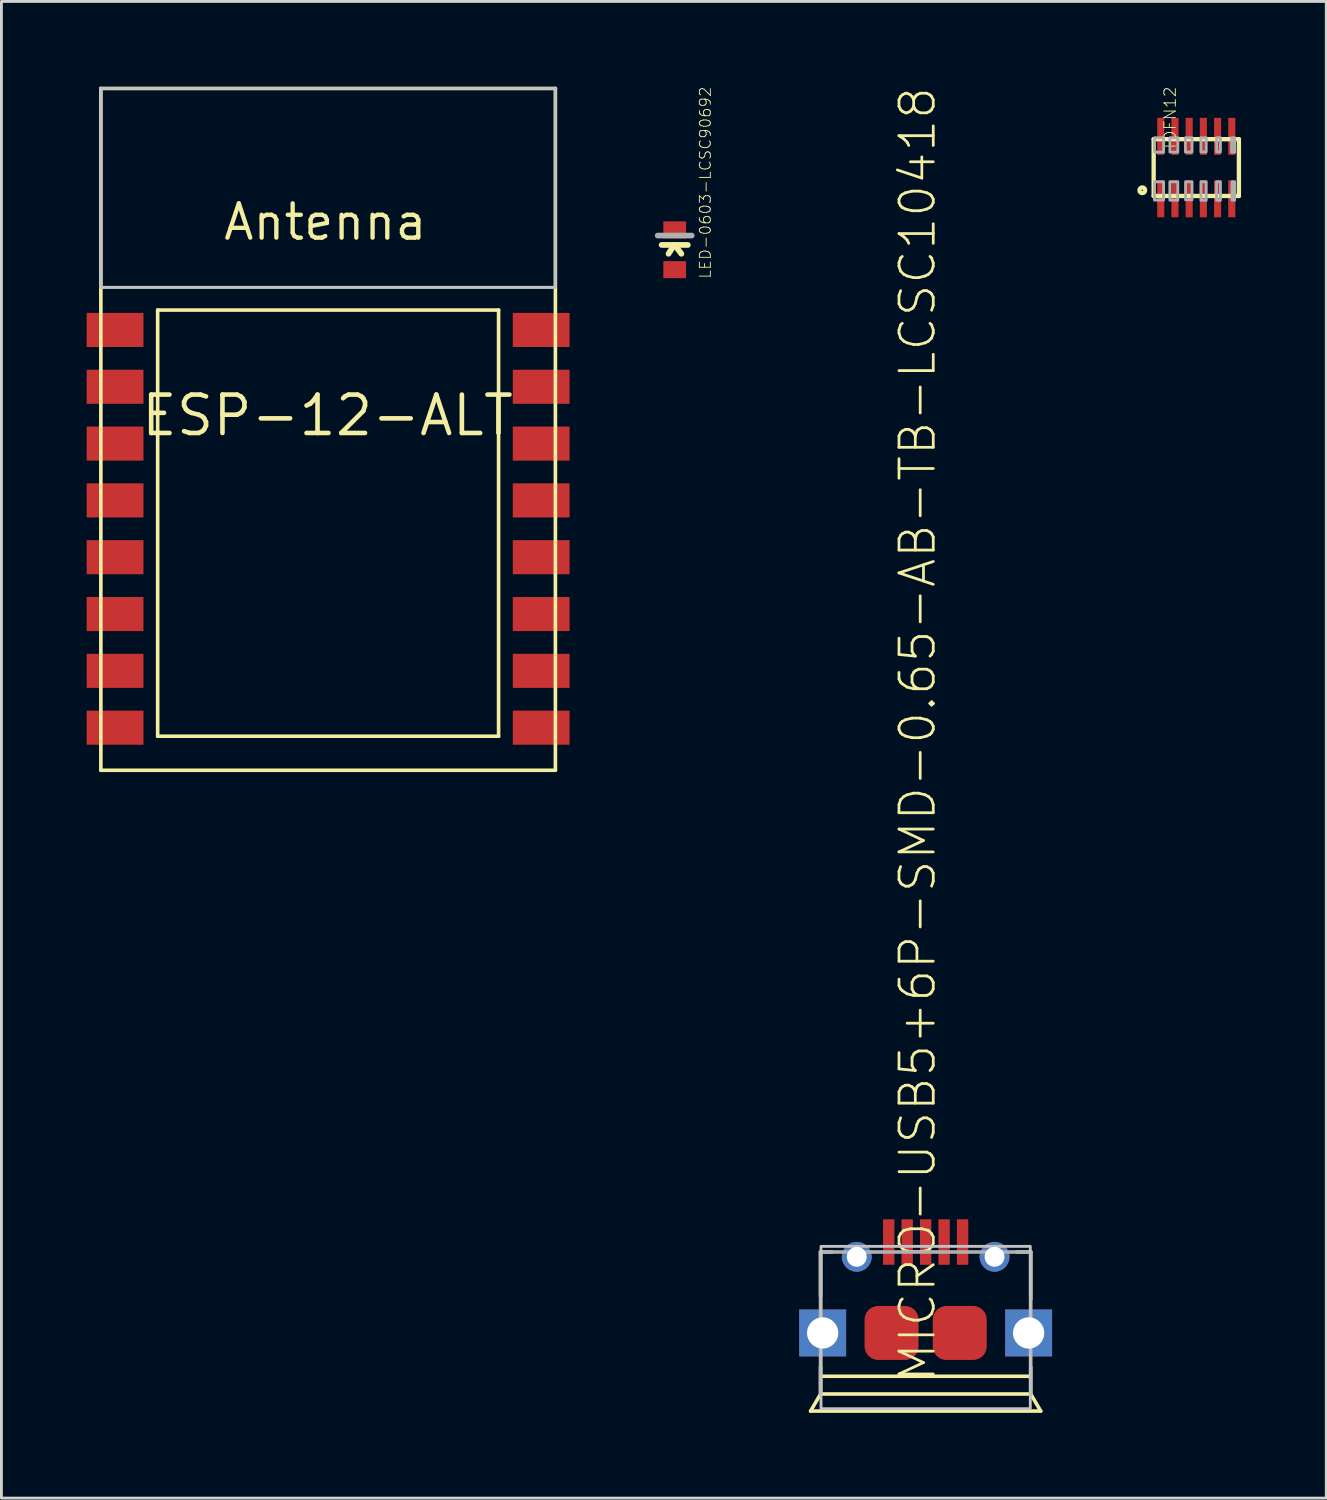
<source format=kicad_pcb>
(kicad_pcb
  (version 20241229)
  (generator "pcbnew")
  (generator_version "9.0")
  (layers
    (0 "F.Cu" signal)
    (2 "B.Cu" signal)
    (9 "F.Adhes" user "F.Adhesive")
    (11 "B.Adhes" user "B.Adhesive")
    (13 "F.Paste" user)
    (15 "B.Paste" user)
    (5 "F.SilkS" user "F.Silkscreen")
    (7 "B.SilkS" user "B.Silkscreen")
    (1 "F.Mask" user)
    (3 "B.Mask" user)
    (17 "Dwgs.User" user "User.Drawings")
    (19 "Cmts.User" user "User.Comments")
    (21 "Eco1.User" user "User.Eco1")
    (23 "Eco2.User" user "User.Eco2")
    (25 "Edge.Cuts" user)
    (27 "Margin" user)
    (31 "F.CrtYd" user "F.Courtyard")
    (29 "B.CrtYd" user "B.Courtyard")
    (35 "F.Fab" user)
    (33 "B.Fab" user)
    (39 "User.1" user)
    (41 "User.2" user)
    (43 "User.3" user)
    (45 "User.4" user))
  (footprint "LED-0603-LCSC90692"
    (layer "F.Cu")
    (at 20.7 5.742)
    (property "Reference" "LED-0603-LCSC90692" (at 1.302 1.039 270) (layer "F.SilkS") (effects (font (size 0.386 0.386) (thickness 0.031)) (justify left bottom)))
    (attr through_hole)
    (fp_line (start -0.46 -0.17) (end 0 -0.17) (stroke (width 0.203) (type solid)) (layer "F.SilkS"))
    (fp_line (start -0.025 -0.155) (end -0.218 0.14) (stroke (width 0.203) (type solid)) (layer "F.SilkS"))
    (fp_line (start 0 -0.17) (end 0.234 0.14) (stroke (width 0.203) (type solid)) (layer "F.SilkS"))
    (fp_line (start 0.46 -0.17) (end 0 -0.17) (stroke (width 0.203) (type solid)) (layer "F.SilkS"))
    (fp_line (start -0.6 -0.5) (end 0.6 -0.5) (stroke (width 0.2) (type solid)) (layer "F.Fab"))
    (pad "A" smd rect (at 0 0.7) (size 0.8 0.6) (layers "F.Cu" "F.Mask" "F.Paste"))
    (pad "C" smd rect (at 0 -0.7) (size 0.8 0.6) (layers "F.Cu" "F.Mask" "F.Paste")))
  (footprint "MICRO-USB5+6P-SMD-0.65-AB-TB-LCSC10418"
    (layer "F.Cu")
    (at 29.533 43.87)
    (property "Reference" "MICRO-USB5+6P-SMD-0.65-AB-TB-LCSC10418" (at 0.42 1.795 90) (layer "F.SilkS") (effects (font (size 1.206 1.206) (thickness 0.097)) (justify left bottom)))
    (attr through_hole)
    (fp_line (start -4.05 2.75) (end -3.7 2.15) (stroke (width 0.127) (type solid)) (layer "F.SilkS"))
    (fp_line (start -3.7 -2.85) (end -3.7 -1.3) (stroke (width 0.127) (type solid)) (layer "F.SilkS"))
    (fp_line (start -3.7 1.2) (end -3.7 2.1) (stroke (width 0.127) (type solid)) (layer "F.SilkS"))
    (fp_line (start -3.7 2.15) (end 3.7 2.15) (stroke (width 0.127) (type solid)) (layer "F.SilkS"))
    (fp_line (start -3.683 1.524) (end 3.683 1.524) (stroke (width 0.127) (type solid)) (layer "F.SilkS"))
    (fp_line (start -3.3 -2.85) (end -3.7 -2.85) (stroke (width 0.127) (type solid)) (layer "F.SilkS"))
    (fp_line (start 3.2 -2.85) (end 3.7 -2.85) (stroke (width 0.127) (type solid)) (layer "F.SilkS"))
    (fp_line (start 3.7 -2.85) (end 3.7 -1.2) (stroke (width 0.127) (type solid)) (layer "F.SilkS"))
    (fp_line (start 3.7 1.2) (end 3.7 2.1) (stroke (width 0.127) (type solid)) (layer "F.SilkS"))
    (fp_line (start 3.7 2.15) (end 4.05 2.75) (stroke (width 0.127) (type solid)) (layer "F.SilkS"))
    (fp_line (start 4.05 2.75) (end -4.05 2.75) (stroke (width 0.127) (type solid)) (layer "F.SilkS"))
    (fp_poly (pts (xy -3.683 2.667) (xy 3.683 2.667) (xy 3.683 -3.048) (xy -3.683 -3.048)) (stroke (width 0.1) (type solid)) (fill no) (layer "Dwgs.User"))
    (fp_line (start -3.7 -2.85) (end 3.7 -2.85) (stroke (width 0.127) (type solid)) (layer "F.Fab"))
    (fp_line (start -3.7 2.15) (end -3.7 -2.85) (stroke (width 0.127) (type solid)) (layer "F.Fab"))
    (fp_line (start 3.7 -2.85) (end 3.7 2.15) (stroke (width 0.127) (type solid)) (layer "F.Fab"))
    (pad "1" smd rect (at -1.3 -3.2 90) (size 1.6 0.4) (layers "F.Cu" "F.Mask" "F.Paste"))
    (pad "2" smd rect (at -0.65 -3.2 90) (size 1.6 0.4) (layers "F.Cu" "F.Mask" "F.Paste"))
    (pad "3" smd rect (at 0 -3.2 90) (size 1.6 0.4) (layers "F.Cu" "F.Mask" "F.Paste"))
    (pad "4" smd rect (at 0.65 -3.2 90) (size 1.6 0.4) (layers "F.Cu" "F.Mask" "F.Paste"))
    (pad "5" smd rect (at 1.3 -3.2 90) (size 1.6 0.4) (layers "F.Cu" "F.Mask" "F.Paste"))
    (pad "P$3" thru_hole rect (at -3.625 0 90) (size 1.65 1.65) (drill 1.1) (layers "*.Cu" "*.Mask"))
    (pad "P$4" thru_hole rect (at 3.625 0 90) (size 1.65 1.65) (drill 1.1) (layers "*.Cu" "*.Mask"))
    (pad "P1" smd roundrect (at -1.2 0 90) (size 1.9 1.9) (layers "F.Cu" "F.Mask" "F.Paste") (roundrect_rratio 0.25))
    (pad "P2" smd roundrect (at 1.2 0 90) (size 1.9 1.9) (layers "F.Cu" "F.Mask" "F.Paste") (roundrect_rratio 0.25))
    (pad "P5" thru_hole circle (at -2.425 -2.68) (size 1.05 1.05) (drill 0.7) (layers "*.Cu" "*.Mask"))
    (pad "P6" thru_hole circle (at 2.425 -2.68) (size 1.05 1.05) (drill 0.7) (layers "*.Cu" "*.Mask")))
  (footprint "TDFN12"
    (layer "F.Cu")
    (at 39.059 2.848)
    (property "Reference" "TDFN12" (at -0.686 -0.582 270) (layer "F.SilkS") (effects (font (size 0.404 0.404) (thickness 0.032)) (justify left bottom)))
    (attr through_hole)
    (fp_line (start -1.5 -1) (end 1.5 -1) (stroke (width 0.152) (type solid)) (layer "F.SilkS"))
    (fp_line (start -1.5 1) (end -1.5 -1) (stroke (width 0.152) (type solid)) (layer "F.SilkS"))
    (fp_line (start 1.5 -1) (end 1.5 1) (stroke (width 0.152) (type solid)) (layer "F.SilkS"))
    (fp_line (start 1.5 1) (end -1.5 1) (stroke (width 0.152) (type solid)) (layer "F.SilkS"))
    (fp_circle (center -1.9 0.8) (end -1.8 0.8) (stroke (width 0.152) (type solid)) (fill no) (layer "F.SilkS"))
    (fp_poly (pts (xy -1.472 1.145) (xy -1.15 1.145) (xy -1.15 0.5) (xy -1.472 0.5)) (stroke (width 0.1) (type solid)) (fill no) (layer "F.Fab"))
    (fp_poly (pts (xy -1.468 -0.544) (xy -1.15 -0.544) (xy -1.15 -1.05) (xy -1.468 -1.05)) (stroke (width 0.1) (type solid)) (fill no) (layer "F.Fab"))
    (fp_poly (pts (xy -0.93 1.149) (xy -0.65 1.149) (xy -0.65 0.5) (xy -0.93 0.5)) (stroke (width 0.1) (type solid)) (fill no) (layer "F.Fab"))
    (fp_poly (pts (xy -0.927 -0.545) (xy -0.65 -0.545) (xy -0.65 -1.05) (xy -0.927 -1.05)) (stroke (width 0.1) (type solid)) (fill no) (layer "F.Fab"))
    (fp_poly (pts (xy -0.383 -0.547) (xy -0.15 -0.547) (xy -0.15 -1.05) (xy -0.383 -1.05)) (stroke (width 0.1) (type solid)) (fill no) (layer "F.Fab"))
    (fp_poly (pts (xy -0.378 1.135) (xy -0.15 1.135) (xy -0.15 0.5) (xy -0.378 0.5)) (stroke (width 0.1) (type solid)) (fill no) (layer "F.Fab"))
    (fp_poly (pts (xy 0.165 1.153) (xy 0.35 1.153) (xy 0.35 0.5) (xy 0.165 0.5)) (stroke (width 0.1) (type solid)) (fill no) (layer "F.Fab"))
    (fp_poly (pts (xy 0.165 -0.55) (xy 0.35 -0.55) (xy 0.35 -1.05) (xy 0.165 -1.05)) (stroke (width 0.1) (type solid)) (fill no) (layer "F.Fab"))
    (fp_poly (pts (xy 0.713 1.152) (xy 0.85 1.152) (xy 0.85 0.5) (xy 0.713 0.5)) (stroke (width 0.1) (type solid)) (fill no) (layer "F.Fab"))
    (fp_poly (pts (xy 0.716 -0.551) (xy 0.85 -0.551) (xy 0.85 -1.05) (xy 0.716 -1.05)) (stroke (width 0.1) (type solid)) (fill no) (layer "F.Fab"))
    (fp_poly (pts (xy 1.245 -0.541) (xy 1.35 -0.541) (xy 1.35 -1.05) (xy 1.245 -1.05)) (stroke (width 0.1) (type solid)) (fill no) (layer "F.Fab"))
    (fp_poly (pts (xy 1.258 1.148) (xy 1.35 1.148) (xy 1.35 0.5) (xy 1.258 0.5)) (stroke (width 0.1) (type solid)) (fill no) (layer "F.Fab"))
    (pad "1" smd rect (at -1.25 1.1) (size 0.25 1.3) (layers "F.Cu" "F.Mask" "F.Paste"))
    (pad "2" smd rect (at -0.75 1.1) (size 0.25 1.3) (layers "F.Cu" "F.Mask" "F.Paste"))
    (pad "3" smd rect (at -0.25 1.1) (size 0.25 1.3) (layers "F.Cu" "F.Mask" "F.Paste"))
    (pad "4" smd rect (at 0.25 1.1) (size 0.25 1.3) (layers "F.Cu" "F.Mask" "F.Paste"))
    (pad "5" smd rect (at 0.75 1.1) (size 0.25 1.3) (layers "F.Cu" "F.Mask" "F.Paste"))
    (pad "6" smd rect (at 1.25 1.1) (size 0.25 1.3) (layers "F.Cu" "F.Mask" "F.Paste"))
    (pad "7" smd rect (at 1.25 -1.1) (size 0.25 1.3) (layers "F.Cu" "F.Mask" "F.Paste"))
    (pad "8" smd rect (at 0.75 -1.1) (size 0.25 1.3) (layers "F.Cu" "F.Mask" "F.Paste"))
    (pad "9" smd rect (at 0.25 -1.1) (size 0.25 1.3) (layers "F.Cu" "F.Mask" "F.Paste"))
    (pad "10" smd rect (at -0.25 -1.1) (size 0.25 1.3) (layers "F.Cu" "F.Mask" "F.Paste"))
    (pad "11" smd rect (at -0.75 -1.1) (size 0.25 1.3) (layers "F.Cu" "F.Mask" "F.Paste"))
    (pad "12" smd rect (at -1.25 -1.1) (size 0.25 1.3) (layers "F.Cu" "F.Mask" "F.Paste")))
  (footprint "ESP-12-ALT"
    (layer "F.Cu")
    (at 8.5 14.334)
    (property "Reference" "ESP-12-ALT" (at -0.02 -2.76 0) (layer "F.SilkS") (effects (font (size 1.351 1.351) (thickness 0.162))))
    (attr through_hole)
    (fp_line (start -8 -14.27) (end 8 -14.27) (stroke (width 0.127) (type solid)) (layer "F.SilkS"))
    (fp_line (start -8 9.73) (end -8 -14.27) (stroke (width 0.127) (type solid)) (layer "F.SilkS"))
    (fp_line (start -6 -6.47) (end 6 -6.47) (stroke (width 0.127) (type solid)) (layer "F.SilkS"))
    (fp_line (start -6 8.53) (end -6 -6.47) (stroke (width 0.127) (type solid)) (layer "F.SilkS"))
    (fp_line (start 6 -6.47) (end 6 8.53) (stroke (width 0.127) (type solid)) (layer "F.SilkS"))
    (fp_line (start 6 8.53) (end -6 8.53) (stroke (width 0.127) (type solid)) (layer "F.SilkS"))
    (fp_line (start 8 -14.27) (end 8 9.73) (stroke (width 0.127) (type solid)) (layer "F.SilkS"))
    (fp_line (start 8 9.73) (end -8 9.73) (stroke (width 0.127) (type solid)) (layer "F.SilkS"))
    (fp_poly (pts (xy -8 -7.27) (xy 8 -7.27) (xy 8 -14.27) (xy -8 -14.27)) (stroke (width 0.1) (type solid)) (fill no) (layer "Dwgs.User"))
    (fp_poly (pts (xy -8 -7.27) (xy 8 -7.27) (xy 8 -14.27) (xy -8 -14.27)) (stroke (width 0.1) (type solid)) (fill no) (layer "Dwgs.User"))
    (fp_text user "Antenna" (at -0.1 -9.57 0) (layer "F.SilkS") (effects (font (size 1.206 1.206) (thickness 0.152))))
    (pad "1" smd rect (at -7.5 -5.77) (size 2 1.2) (layers "F.Cu" "F.Mask" "F.Paste"))
    (pad "2" smd rect (at -7.5 -3.77) (size 2 1.2) (layers "F.Cu" "F.Mask" "F.Paste"))
    (pad "3" smd rect (at -7.5 -1.77) (size 2 1.2) (layers "F.Cu" "F.Mask" "F.Paste"))
    (pad "4" smd rect (at -7.5 0.23) (size 2 1.2) (layers "F.Cu" "F.Mask" "F.Paste"))
    (pad "5" smd rect (at -7.5 2.23) (size 2 1.2) (layers "F.Cu" "F.Mask" "F.Paste"))
    (pad "6" smd rect (at -7.5 4.23) (size 2 1.2) (layers "F.Cu" "F.Mask" "F.Paste"))
    (pad "7" smd rect (at -7.5 6.23) (size 2 1.2) (layers "F.Cu" "F.Mask" "F.Paste"))
    (pad "8" smd rect (at -7.5 8.23) (size 2 1.2) (layers "F.Cu" "F.Mask" "F.Paste"))
    (pad "9" smd rect (at 7.5 8.23) (size 2 1.2) (layers "F.Cu" "F.Mask" "F.Paste"))
    (pad "10" smd rect (at 7.5 6.23) (size 2 1.2) (layers "F.Cu" "F.Mask" "F.Paste"))
    (pad "11" smd rect (at 7.5 4.23) (size 2 1.2) (layers "F.Cu" "F.Mask" "F.Paste"))
    (pad "12" smd rect (at 7.5 2.23) (size 2 1.2) (layers "F.Cu" "F.Mask" "F.Paste"))
    (pad "13" smd rect (at 7.5 0.23) (size 2 1.2) (layers "F.Cu" "F.Mask" "F.Paste"))
    (pad "14" smd rect (at 7.5 -1.77) (size 2 1.2) (layers "F.Cu" "F.Mask" "F.Paste"))
    (pad "15" smd rect (at 7.5 -3.77) (size 2 1.2) (layers "F.Cu" "F.Mask" "F.Paste"))
    (pad "16" smd rect (at 7.5 -5.77) (size 2 1.2) (layers "F.Cu" "F.Mask" "F.Paste")))
  (gr_rect
    (start -3 -3)
    (end 43.635 49.684)
    (stroke (width 0.1) (type default))
    (fill no)
    (layer "Edge.Cuts")))
</source>
